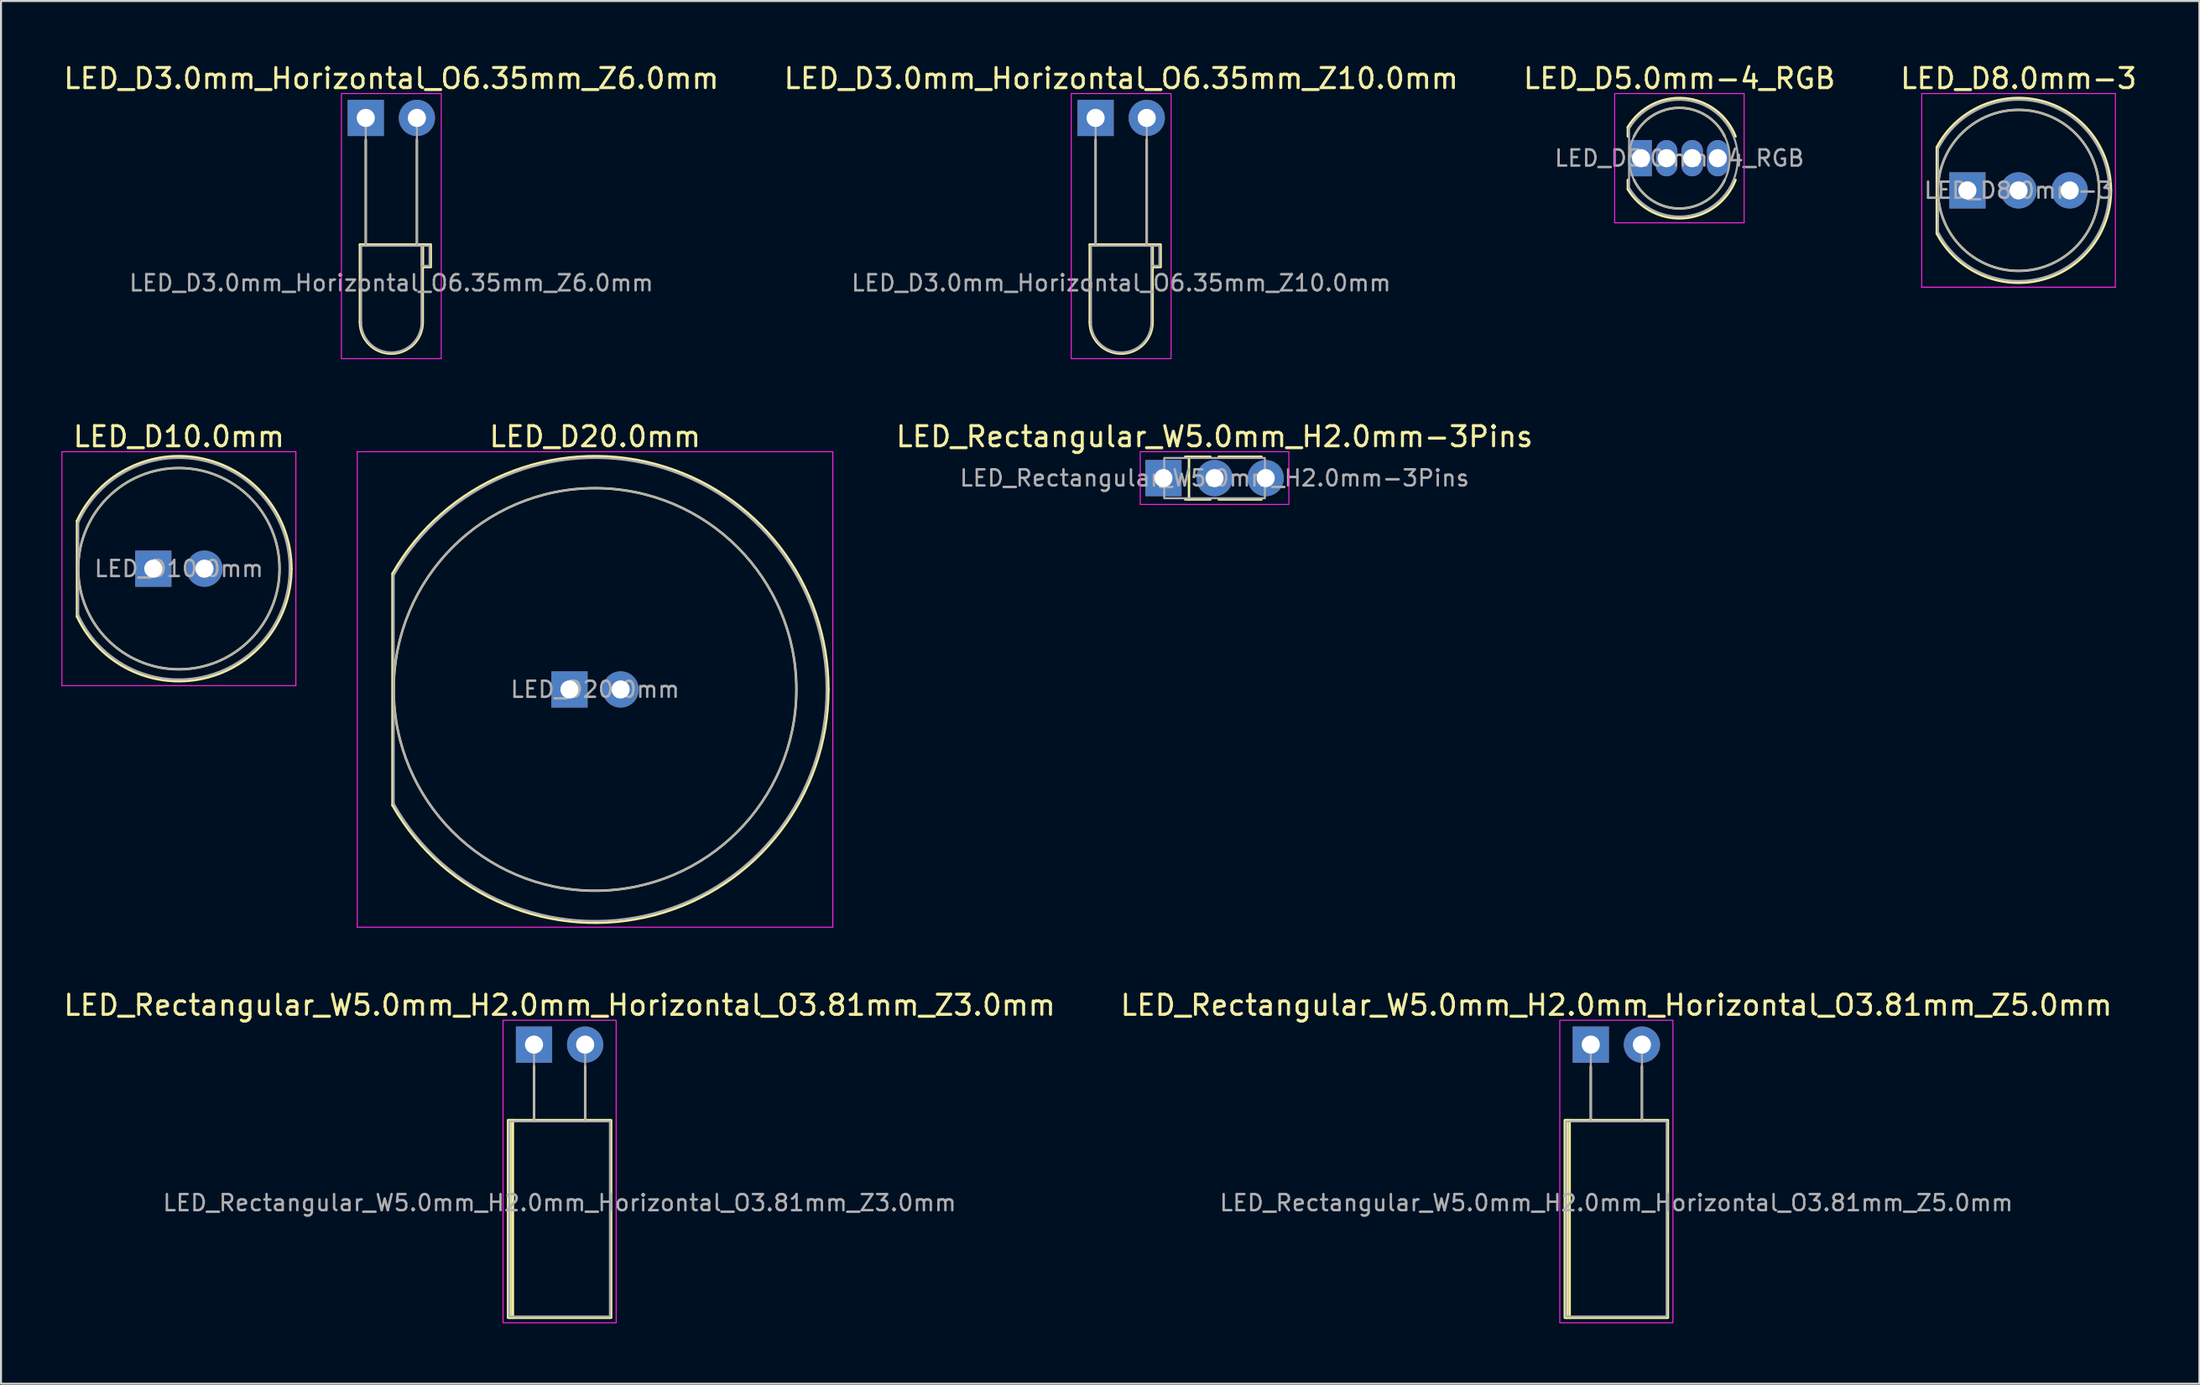
<source format=kicad_pcb>
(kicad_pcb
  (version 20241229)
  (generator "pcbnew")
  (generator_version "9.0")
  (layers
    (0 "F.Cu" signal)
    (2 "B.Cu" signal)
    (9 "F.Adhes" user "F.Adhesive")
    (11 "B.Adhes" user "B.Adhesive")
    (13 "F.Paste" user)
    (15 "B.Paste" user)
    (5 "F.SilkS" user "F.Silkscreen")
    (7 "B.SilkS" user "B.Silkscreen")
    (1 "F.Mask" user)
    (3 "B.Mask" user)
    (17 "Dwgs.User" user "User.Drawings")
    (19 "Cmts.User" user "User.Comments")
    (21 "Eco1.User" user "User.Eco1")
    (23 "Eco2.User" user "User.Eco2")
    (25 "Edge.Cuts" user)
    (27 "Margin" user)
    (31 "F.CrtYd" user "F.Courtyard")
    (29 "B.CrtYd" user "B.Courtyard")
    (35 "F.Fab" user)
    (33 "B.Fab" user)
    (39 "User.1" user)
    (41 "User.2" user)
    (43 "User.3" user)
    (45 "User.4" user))
  (footprint "LED_Rectangular_W5.0mm_H2.0mm-3Pins"
    (layer "F.Cu")
    (at 54.735 20.701)
    (property "Reference" "LED_Rectangular_W5.0mm_H2.0mm-3Pins" (at 2.54 -2.06 0) (layer "F.SilkS") (effects (font (size 1 1) (thickness 0.15))))
    (attr through_hole)
    (fp_line (start 1.08 -1.06) (end 2.333 -1.06) (stroke (width 0.12) (type solid)) (layer "F.SilkS"))
    (fp_line (start 1.27 -1.06) (end 1.27 1.06) (stroke (width 0.12) (type solid)) (layer "F.SilkS"))
    (fp_line (start 2.333 1.06) (end 1.08 1.06) (stroke (width 0.12) (type solid)) (layer "F.SilkS"))
    (fp_line (start 2.747 -1.06) (end 4.873 -1.06) (stroke (width 0.12) (type solid)) (layer "F.SilkS"))
    (fp_line (start 4.873 1.06) (end 2.747 1.06) (stroke (width 0.12) (type solid)) (layer "F.SilkS"))
    (fp_rect (start -1.15 -1.31) (end 6.23 1.31) (stroke (width 0.05) (type solid)) (fill no) (layer "F.CrtYd"))
    (fp_rect (start 0.04 -1) (end 5.04 1) (stroke (width 0.1) (type solid)) (fill no) (layer "F.Fab"))
    (fp_text user "${REFERENCE}" (at 2.54 0 0) (layer "F.Fab") (effects (font (size 0.8 0.8) (thickness 0.12))))
    (pad "1" thru_hole rect (at 0 0) (size 1.8 1.8) (drill 0.9) (layers "*.Cu" "*.Mask"))
    (pad "2" thru_hole circle (at 2.54 0) (size 1.8 1.8) (drill 0.9) (layers "*.Cu" "*.Mask"))
    (pad "3" thru_hole circle (at 5.08 0) (size 1.8 1.8) (drill 0.9) (layers "*.Cu" "*.Mask")))
  (footprint "LED_D10.0mm"
    (layer "F.Cu")
    (at 4.565 25.201)
    (property "Reference" "LED_D10.0mm" (at 1.27 -6.56 0) (layer "F.SilkS") (effects (font (size 1 1) (thickness 0.15))))
    (attr through_hole)
    (fp_line (start -3.79 -2.376) (end -3.79 2.376) (stroke (width 0.12) (type solid)) (layer "F.SilkS"))
    (fp_arc (start -3.79 -2.375816) (mid 2.487072 -5.455899) (end 6.86 -0.000072) (stroke (width 0.12) (type solid)) (layer "F.SilkS"))
    (fp_arc (start 6.86 0.000072) (mid 2.487072 5.455899) (end -3.79 2.375816) (stroke (width 0.12) (type solid)) (layer "F.SilkS"))
    (fp_circle (center 1.27 0) (end 6.27 0) (stroke (width 0.12) (type solid)) (fill no) (layer "F.SilkS"))
    (fp_line (start -4.54 -5.81) (end -4.54 5.81) (stroke (width 0.05) (type solid)) (layer "F.CrtYd"))
    (fp_line (start -4.54 5.81) (end 7.08 5.81) (stroke (width 0.05) (type solid)) (layer "F.CrtYd"))
    (fp_line (start 7.08 -5.81) (end -4.54 -5.81) (stroke (width 0.05) (type solid)) (layer "F.CrtYd"))
    (fp_line (start 7.08 5.81) (end 7.08 -5.81) (stroke (width 0.05) (type solid)) (layer "F.CrtYd"))
    (fp_line (start -3.73 -2.291) (end -3.73 2.291) (stroke (width 0.1) (type solid)) (layer "F.Fab"))
    (fp_arc (start -3.73 -2.291288) (mid 6.77 -0.00007) (end -3.729942 2.291415) (stroke (width 0.1) (type solid)) (layer "F.Fab"))
    (fp_circle (center 1.27 0) (end 6.27 0) (stroke (width 0.1) (type solid)) (fill no) (layer "F.Fab"))
    (fp_text user "${REFERENCE}" (at 1.27 0 0) (layer "F.Fab") (effects (font (size 0.8 0.8) (thickness 0.12))))
    (pad "1" thru_hole rect (at 0 0) (size 1.8 1.8) (drill 0.9) (layers "*.Cu" "*.Mask"))
    (pad "2" thru_hole circle (at 2.54 0) (size 1.8 1.8) (drill 0.9) (layers "*.Cu" "*.Mask")))
  (footprint "LED_D3.0mm_Horizontal_O6.35mm_Z6.0mm"
    (layer "F.Cu")
    (at 15.117 2.808)
    (property "Reference" "LED_D3.0mm_Horizontal_O6.35mm_Z6.0mm" (at 1.27 -1.96 0) (layer "F.SilkS") (effects (font (size 1 1) (thickness 0.15))))
    (attr through_hole)
    (fp_line (start -0.29 6.29) (end -0.29 10.15) (stroke (width 0.12) (type solid)) (layer "F.SilkS"))
    (fp_line (start -0.29 6.29) (end 2.83 6.29) (stroke (width 0.12) (type solid)) (layer "F.SilkS"))
    (fp_line (start 2.83 6.29) (end 2.83 10.15) (stroke (width 0.12) (type solid)) (layer "F.SilkS"))
    (fp_rect (start 0 1.08) (end 0 6.29) (stroke (width 0.12) (type solid)) (fill no) (layer "F.SilkS"))
    (fp_rect (start 2.54 1.08) (end 2.54 6.29) (stroke (width 0.12) (type solid)) (fill no) (layer "F.SilkS"))
    (fp_rect (start 2.83 6.29) (end 3.23 7.41) (stroke (width 0.12) (type solid)) (fill no) (layer "F.SilkS"))
    (fp_arc (start 2.83 10.15) (mid 1.27 11.71) (end -0.29 10.15) (stroke (width 0.12) (type solid)) (layer "F.SilkS"))
    (fp_rect (start -1.21 -1.21) (end 3.75 11.96) (stroke (width 0.05) (type solid)) (fill no) (layer "F.CrtYd"))
    (fp_line (start -0.23 6.35) (end -0.23 10.15) (stroke (width 0.1) (type solid)) (layer "F.Fab"))
    (fp_line (start -0.23 6.35) (end 2.77 6.35) (stroke (width 0.1) (type solid)) (layer "F.Fab"))
    (fp_line (start 2.77 6.35) (end 2.77 10.15) (stroke (width 0.1) (type solid)) (layer "F.Fab"))
    (fp_rect (start 0 0) (end 0 6.35) (stroke (width 0.1) (type solid)) (fill no) (layer "F.Fab"))
    (fp_rect (start 2.54 0) (end 2.54 6.35) (stroke (width 0.1) (type solid)) (fill no) (layer "F.Fab"))
    (fp_rect (start 2.77 6.35) (end 3.17 7.35) (stroke (width 0.1) (type solid)) (fill no) (layer "F.Fab"))
    (fp_arc (start 2.77 10.15) (mid 1.27 11.65) (end -0.23 10.15) (stroke (width 0.1) (type solid)) (layer "F.Fab"))
    (fp_text user "${REFERENCE}" (at 1.27 8.2 0) (layer "F.Fab") (effects (font (size 0.8 0.8) (thickness 0.12))))
    (pad "1" thru_hole rect (at 0 0) (size 1.8 1.8) (drill 0.9) (layers "*.Cu" "*.Mask"))
    (pad "2" thru_hole circle (at 2.54 0) (size 1.8 1.8) (drill 0.9) (layers "*.Cu" "*.Mask")))
  (footprint "LED_D8.0mm-3"
    (layer "F.Cu")
    (at 94.668 6.408)
    (property "Reference" "LED_D8.0mm-3" (at 2.54 -5.56 0) (layer "F.SilkS") (effects (font (size 1 1) (thickness 0.15))))
    (attr through_hole)
    (fp_line (start -1.52 -2.141) (end -1.52 2.141) (stroke (width 0.12) (type solid)) (layer "F.SilkS"))
    (fp_arc (start -1.52 -2.141145) (mid 3.642851 -4.455538) (end 7.13 -0.000066) (stroke (width 0.12) (type solid)) (layer "F.SilkS"))
    (fp_arc (start 7.13 0.000066) (mid 3.642851 4.455538) (end -1.52 2.141145) (stroke (width 0.12) (type solid)) (layer "F.SilkS"))
    (fp_circle (center 2.54 0) (end 6.54 0) (stroke (width 0.12) (type solid)) (fill no) (layer "F.SilkS"))
    (fp_line (start -2.27 -4.81) (end -2.27 4.81) (stroke (width 0.05) (type solid)) (layer "F.CrtYd"))
    (fp_line (start -2.27 4.81) (end 7.35 4.81) (stroke (width 0.05) (type solid)) (layer "F.CrtYd"))
    (fp_line (start 7.35 -4.81) (end -2.27 -4.81) (stroke (width 0.05) (type solid)) (layer "F.CrtYd"))
    (fp_line (start 7.35 4.81) (end 7.35 -4.81) (stroke (width 0.05) (type solid)) (layer "F.CrtYd"))
    (fp_line (start -1.46 -2.062) (end -1.46 2.062) (stroke (width 0.1) (type solid)) (layer "F.Fab"))
    (fp_arc (start -1.46 -2.061553) (mid 7.04 -0.000063) (end -1.459942 2.061665) (stroke (width 0.1) (type solid)) (layer "F.Fab"))
    (fp_circle (center 2.54 0) (end 6.54 0) (stroke (width 0.1) (type solid)) (fill no) (layer "F.Fab"))
    (fp_text user "${REFERENCE}" (at 2.54 0 0) (layer "F.Fab") (effects (font (size 0.8 0.8) (thickness 0.12))))
    (pad "1" thru_hole rect (at 0 0) (size 1.8 1.8) (drill 0.9) (layers "*.Cu" "*.Mask"))
    (pad "2" thru_hole circle (at 2.54 0) (size 1.8 1.8) (drill 0.9) (layers "*.Cu" "*.Mask"))
    (pad "3" thru_hole circle (at 5.08 0) (size 1.8 1.8) (drill 0.9) (layers "*.Cu" "*.Mask")))
  (footprint "LED_D3.0mm_Horizontal_O6.35mm_Z10.0mm"
    (layer "F.Cu")
    (at 51.367 2.808)
    (property "Reference" "LED_D3.0mm_Horizontal_O6.35mm_Z10.0mm" (at 1.27 -1.96 0) (layer "F.SilkS") (effects (font (size 1 1) (thickness 0.15))))
    (attr through_hole)
    (fp_line (start -0.29 6.29) (end -0.29 10.15) (stroke (width 0.12) (type solid)) (layer "F.SilkS"))
    (fp_line (start -0.29 6.29) (end 2.83 6.29) (stroke (width 0.12) (type solid)) (layer "F.SilkS"))
    (fp_line (start 2.83 6.29) (end 2.83 10.15) (stroke (width 0.12) (type solid)) (layer "F.SilkS"))
    (fp_rect (start 0 1.08) (end 0 6.29) (stroke (width 0.12) (type solid)) (fill no) (layer "F.SilkS"))
    (fp_rect (start 2.54 1.08) (end 2.54 6.29) (stroke (width 0.12) (type solid)) (fill no) (layer "F.SilkS"))
    (fp_rect (start 2.83 6.29) (end 3.23 7.41) (stroke (width 0.12) (type solid)) (fill no) (layer "F.SilkS"))
    (fp_arc (start 2.83 10.15) (mid 1.27 11.71) (end -0.29 10.15) (stroke (width 0.12) (type solid)) (layer "F.SilkS"))
    (fp_rect (start -1.21 -1.21) (end 3.75 11.96) (stroke (width 0.05) (type solid)) (fill no) (layer "F.CrtYd"))
    (fp_line (start -0.23 6.35) (end -0.23 10.15) (stroke (width 0.1) (type solid)) (layer "F.Fab"))
    (fp_line (start -0.23 6.35) (end 2.77 6.35) (stroke (width 0.1) (type solid)) (layer "F.Fab"))
    (fp_line (start 2.77 6.35) (end 2.77 10.15) (stroke (width 0.1) (type solid)) (layer "F.Fab"))
    (fp_rect (start 0 0) (end 0 6.35) (stroke (width 0.1) (type solid)) (fill no) (layer "F.Fab"))
    (fp_rect (start 2.54 0) (end 2.54 6.35) (stroke (width 0.1) (type solid)) (fill no) (layer "F.Fab"))
    (fp_rect (start 2.77 6.35) (end 3.17 7.35) (stroke (width 0.1) (type solid)) (fill no) (layer "F.Fab"))
    (fp_arc (start 2.77 10.15) (mid 1.27 11.65) (end -0.23 10.15) (stroke (width 0.1) (type solid)) (layer "F.Fab"))
    (fp_text user "${REFERENCE}" (at 1.27 8.2 0) (layer "F.Fab") (effects (font (size 0.8 0.8) (thickness 0.12))))
    (pad "1" thru_hole rect (at 0 0) (size 1.8 1.8) (drill 0.9) (layers "*.Cu" "*.Mask"))
    (pad "2" thru_hole circle (at 2.54 0) (size 1.8 1.8) (drill 0.9) (layers "*.Cu" "*.Mask")))
  (footprint "LED_D5.0mm-4_RGB"
    (layer "F.Cu")
    (at 78.458 4.808)
    (property "Reference" "LED_D5.0mm-4_RGB" (at 1.905 -3.96 0) (layer "F.SilkS") (effects (font (size 1 1) (thickness 0.15))))
    (attr through_hole)
    (fp_line (start -0.655 -1.545) (end -0.655 -1.08) (stroke (width 0.12) (type solid)) (layer "F.SilkS"))
    (fp_line (start -0.655 1.08) (end -0.655 1.545) (stroke (width 0.12) (type solid)) (layer "F.SilkS"))
    (fp_arc (start -0.655 -1.54483) (mid 2.163858 -2.978774) (end 4.693107 -1.080075) (stroke (width 0.12) (type solid)) (layer "F.SilkS"))
    (fp_arc (start -0.349684 -1.08) (mid 1.904967 -2.5) (end 4.159656 -1.080059) (stroke (width 0.12) (type solid)) (layer "F.SilkS"))
    (fp_arc (start 4.159656 1.080059) (mid 1.904967 2.5) (end -0.349684 1.08) (stroke (width 0.12) (type solid)) (layer "F.SilkS"))
    (fp_arc (start 4.693107 1.080075) (mid 2.163858 2.978774) (end -0.655 1.54483) (stroke (width 0.12) (type solid)) (layer "F.SilkS"))
    (fp_line (start -1.31 -3.21) (end -1.31 3.21) (stroke (width 0.05) (type solid)) (layer "F.CrtYd"))
    (fp_line (start -1.31 3.21) (end 5.12 3.21) (stroke (width 0.05) (type solid)) (layer "F.CrtYd"))
    (fp_line (start 5.12 -3.21) (end -1.31 -3.21) (stroke (width 0.05) (type solid)) (layer "F.CrtYd"))
    (fp_line (start 5.12 3.21) (end 5.12 -3.21) (stroke (width 0.05) (type solid)) (layer "F.CrtYd"))
    (fp_line (start -0.595 -1.47) (end -0.595 1.47) (stroke (width 0.1) (type solid)) (layer "F.Fab"))
    (fp_arc (start -0.595 -1.469694) (mid 4.805 -0.000045) (end -0.594954 1.469772) (stroke (width 0.1) (type solid)) (layer "F.Fab"))
    (fp_circle (center 1.905 0) (end 4.405 0) (stroke (width 0.1) (type solid)) (fill no) (layer "F.Fab"))
    (fp_text user "${REFERENCE}" (at 1.905 0 0) (layer "F.Fab") (effects (font (size 0.8 0.8) (thickness 0.12))))
    (pad "1" thru_hole rect (at 0 0) (size 1.07 1.8) (drill 0.9) (layers "*.Cu" "*.Mask"))
    (pad "2" thru_hole oval (at 1.27 0) (size 1.07 1.8) (drill 0.9) (layers "*.Cu" "*.Mask"))
    (pad "3" thru_hole oval (at 2.54 0) (size 1.07 1.8) (drill 0.9) (layers "*.Cu" "*.Mask"))
    (pad "4" thru_hole oval (at 3.81 0) (size 1.07 1.8) (drill 0.9) (layers "*.Cu" "*.Mask")))
  (footprint "LED_Rectangular_W5.0mm_H2.0mm_Horizontal_O3.81mm_Z3.0mm"
    (layer "F.Cu")
    (at 23.474 48.845)
    (property "Reference" "LED_Rectangular_W5.0mm_H2.0mm_Horizontal_O3.81mm_Z3.0mm" (at 1.27 -1.96 0) (layer "F.SilkS") (effects (font (size 1 1) (thickness 0.15))))
    (attr through_hole)
    (fp_line (start -1.17 3.75) (end -1.17 13.57) (stroke (width 0.12) (type solid)) (layer "F.SilkS"))
    (fp_line (start -1.05 3.75) (end -1.05 13.57) (stroke (width 0.12) (type solid)) (layer "F.SilkS"))
    (fp_rect (start -1.29 3.75) (end 3.83 13.57) (stroke (width 0.12) (type solid)) (fill no) (layer "F.SilkS"))
    (fp_rect (start 0 1.08) (end 0 3.75) (stroke (width 0.12) (type solid)) (fill no) (layer "F.SilkS"))
    (fp_rect (start 2.54 1.08) (end 2.54 3.75) (stroke (width 0.12) (type solid)) (fill no) (layer "F.SilkS"))
    (fp_rect (start -1.54 -1.21) (end 4.08 13.82) (stroke (width 0.05) (type solid)) (fill no) (layer "F.CrtYd"))
    (fp_rect (start -1.23 3.81) (end 3.77 13.51) (stroke (width 0.1) (type solid)) (fill no) (layer "F.Fab"))
    (fp_rect (start 0 0) (end 0 3.81) (stroke (width 0.1) (type solid)) (fill no) (layer "F.Fab"))
    (fp_rect (start 2.54 0) (end 2.54 3.81) (stroke (width 0.1) (type solid)) (fill no) (layer "F.Fab"))
    (fp_text user "${REFERENCE}" (at 1.27 7.86 0) (layer "F.Fab") (effects (font (size 0.8 0.8) (thickness 0.12))))
    (pad "1" thru_hole rect (at 0 0) (size 1.8 1.8) (drill 0.9) (layers "*.Cu" "*.Mask"))
    (pad "2" thru_hole circle (at 2.54 0) (size 1.8 1.8) (drill 0.9) (layers "*.Cu" "*.Mask")))
  (footprint "LED_D20.0mm"
    (layer "F.Cu")
    (at 25.235 31.201)
    (property "Reference" "LED_D20.0mm" (at 1.27 -12.56 0) (layer "F.SilkS") (effects (font (size 1 1) (thickness 0.15))))
    (attr through_hole)
    (fp_line (start -8.79 -5.755) (end -8.79 5.755) (stroke (width 0.12) (type solid)) (layer "F.SilkS"))
    (fp_arc (start -8.79 -5.755389) (mid 4.247556 -11.200994) (end 12.86 -0.000178) (stroke (width 0.12) (type solid)) (layer "F.SilkS"))
    (fp_arc (start 12.86 0.000178) (mid 4.247556 11.200994) (end -8.79 5.755389) (stroke (width 0.12) (type solid)) (layer "F.SilkS"))
    (fp_circle (center 1.27 0) (end 11.27 0) (stroke (width 0.12) (type solid)) (fill no) (layer "F.SilkS"))
    (fp_line (start -10.54 -11.81) (end -10.54 11.81) (stroke (width 0.05) (type solid)) (layer "F.CrtYd"))
    (fp_line (start -10.54 11.81) (end 13.08 11.81) (stroke (width 0.05) (type solid)) (layer "F.CrtYd"))
    (fp_line (start 13.08 -11.81) (end -10.54 -11.81) (stroke (width 0.05) (type solid)) (layer "F.CrtYd"))
    (fp_line (start 13.08 11.81) (end 13.08 -11.81) (stroke (width 0.05) (type solid)) (layer "F.CrtYd"))
    (fp_line (start -8.73 -5.679) (end -8.73 5.679) (stroke (width 0.1) (type solid)) (layer "F.Fab"))
    (fp_arc (start -8.73 -5.678908) (mid 12.77 -0.000175) (end -8.729827 5.679213) (stroke (width 0.1) (type solid)) (layer "F.Fab"))
    (fp_circle (center 1.27 0) (end 11.27 0) (stroke (width 0.1) (type solid)) (fill no) (layer "F.Fab"))
    (fp_text user "${REFERENCE}" (at 1.27 0 0) (layer "F.Fab") (effects (font (size 0.8 0.8) (thickness 0.12))))
    (pad "1" thru_hole rect (at 0 0) (size 1.8 1.8) (drill 0.9) (layers "*.Cu" "*.Mask"))
    (pad "2" thru_hole circle (at 2.54 0) (size 1.8 1.8) (drill 0.9) (layers "*.Cu" "*.Mask")))
  (footprint "LED_Rectangular_W5.0mm_H2.0mm_Horizontal_O3.81mm_Z5.0mm"
    (layer "F.Cu")
    (at 75.962 48.845)
    (property "Reference" "LED_Rectangular_W5.0mm_H2.0mm_Horizontal_O3.81mm_Z5.0mm" (at 1.27 -1.96 0) (layer "F.SilkS") (effects (font (size 1 1) (thickness 0.15))))
    (attr through_hole)
    (fp_line (start -1.17 3.75) (end -1.17 13.57) (stroke (width 0.12) (type solid)) (layer "F.SilkS"))
    (fp_line (start -1.05 3.75) (end -1.05 13.57) (stroke (width 0.12) (type solid)) (layer "F.SilkS"))
    (fp_rect (start -1.29 3.75) (end 3.83 13.57) (stroke (width 0.12) (type solid)) (fill no) (layer "F.SilkS"))
    (fp_rect (start 0 1.08) (end 0 3.75) (stroke (width 0.12) (type solid)) (fill no) (layer "F.SilkS"))
    (fp_rect (start 2.54 1.08) (end 2.54 3.75) (stroke (width 0.12) (type solid)) (fill no) (layer "F.SilkS"))
    (fp_rect (start -1.54 -1.21) (end 4.08 13.82) (stroke (width 0.05) (type solid)) (fill no) (layer "F.CrtYd"))
    (fp_rect (start -1.23 3.81) (end 3.77 13.51) (stroke (width 0.1) (type solid)) (fill no) (layer "F.Fab"))
    (fp_rect (start 0 0) (end 0 3.81) (stroke (width 0.1) (type solid)) (fill no) (layer "F.Fab"))
    (fp_rect (start 2.54 0) (end 2.54 3.81) (stroke (width 0.1) (type solid)) (fill no) (layer "F.Fab"))
    (fp_text user "${REFERENCE}" (at 1.27 7.86 0) (layer "F.Fab") (effects (font (size 0.8 0.8) (thickness 0.12))))
    (pad "1" thru_hole rect (at 0 0) (size 1.8 1.8) (drill 0.9) (layers "*.Cu" "*.Mask"))
    (pad "2" thru_hole circle (at 2.54 0) (size 1.8 1.8) (drill 0.9) (layers "*.Cu" "*.Mask")))
  (gr_rect
    (start -3 -3)
    (end 106.19 65.69)
    (stroke (width 0.1) (type default))
    (fill no)
    (layer "Edge.Cuts")))
</source>
